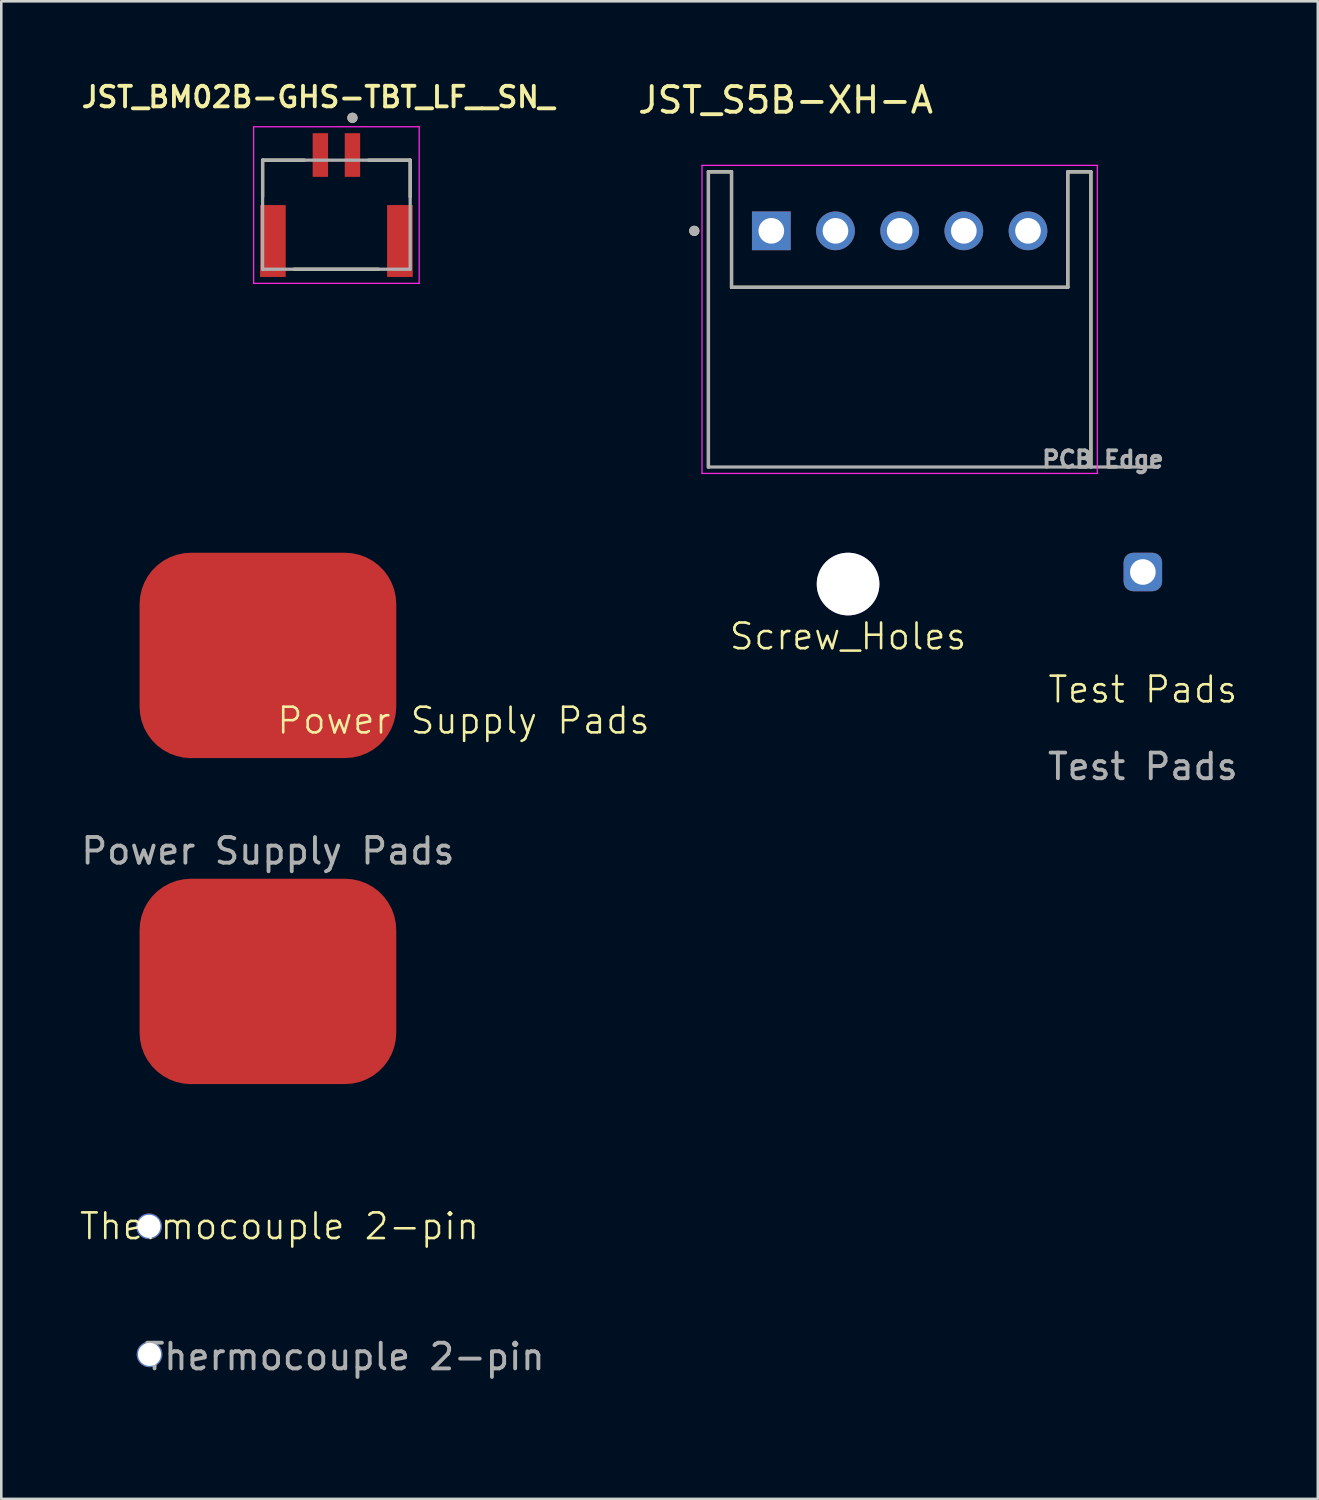
<source format=kicad_pcb>
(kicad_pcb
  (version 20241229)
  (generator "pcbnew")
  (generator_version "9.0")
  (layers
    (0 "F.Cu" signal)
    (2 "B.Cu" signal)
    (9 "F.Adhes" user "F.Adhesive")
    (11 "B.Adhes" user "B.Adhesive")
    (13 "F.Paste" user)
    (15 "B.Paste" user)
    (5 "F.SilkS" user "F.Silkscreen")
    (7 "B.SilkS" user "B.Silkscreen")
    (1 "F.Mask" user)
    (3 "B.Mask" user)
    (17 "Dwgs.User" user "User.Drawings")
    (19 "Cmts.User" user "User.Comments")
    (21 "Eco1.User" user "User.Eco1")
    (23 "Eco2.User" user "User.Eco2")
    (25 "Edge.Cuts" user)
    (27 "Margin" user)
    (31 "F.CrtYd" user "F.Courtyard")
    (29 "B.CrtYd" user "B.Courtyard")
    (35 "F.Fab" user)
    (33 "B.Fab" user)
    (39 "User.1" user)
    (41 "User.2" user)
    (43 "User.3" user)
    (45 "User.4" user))
  (footprint "JST_S5B-XH-A"
    (layer "F.Cu")
    (at 31.998 11.643)
    (property "Reference" "JST_S5B-XH-A" (at -4.445 -10.795 0) (layer "F.SilkS") (effects (font (size 1 1) (thickness 0.15))))
    (attr through_hole)
    (fp_line (start -7.45 -8) (end -7.45 3.5) (stroke (width 0.127) (type solid)) (layer "F.SilkS"))
    (fp_line (start -6.55 -8) (end -7.45 -8) (stroke (width 0.127) (type solid)) (layer "F.SilkS"))
    (fp_line (start -6.55 -3.5) (end -6.55 -8) (stroke (width 0.127) (type solid)) (layer "F.SilkS"))
    (fp_line (start 6.55 -8) (end 6.55 -3.5) (stroke (width 0.127) (type solid)) (layer "F.SilkS"))
    (fp_line (start 6.55 -3.5) (end -6.55 -3.5) (stroke (width 0.127) (type solid)) (layer "F.SilkS"))
    (fp_line (start 7.45 -8) (end 6.55 -8) (stroke (width 0.127) (type solid)) (layer "F.SilkS"))
    (fp_line (start 7.45 3.5) (end 7.45 -8) (stroke (width 0.127) (type solid)) (layer "F.SilkS"))
    (fp_circle (center -8 -5.7) (end -7.9 -5.7) (stroke (width 0.2) (type solid)) (fill no) (layer "F.SilkS"))
    (fp_line (start -7.7 -8.25) (end -7.7 3.75) (stroke (width 0.05) (type solid)) (layer "F.CrtYd"))
    (fp_line (start -7.7 3.75) (end 7.7 3.75) (stroke (width 0.05) (type solid)) (layer "F.CrtYd"))
    (fp_line (start 7.7 -8.25) (end -7.7 -8.25) (stroke (width 0.05) (type solid)) (layer "F.CrtYd"))
    (fp_line (start 7.7 3.75) (end 7.7 -8.25) (stroke (width 0.05) (type solid)) (layer "F.CrtYd"))
    (fp_line (start -7.45 -8) (end -7.45 3.5) (stroke (width 0.127) (type solid)) (layer "F.Fab"))
    (fp_line (start -7.45 3.5) (end 7.45 3.5) (stroke (width 0.127) (type solid)) (layer "F.Fab"))
    (fp_line (start -6.55 -8) (end -7.45 -8) (stroke (width 0.127) (type solid)) (layer "F.Fab"))
    (fp_line (start -6.55 -3.5) (end -6.55 -8) (stroke (width 0.127) (type solid)) (layer "F.Fab"))
    (fp_line (start 6.55 -8) (end 6.55 -3.5) (stroke (width 0.127) (type solid)) (layer "F.Fab"))
    (fp_line (start 6.55 -3.5) (end -6.55 -3.5) (stroke (width 0.127) (type solid)) (layer "F.Fab"))
    (fp_line (start 7.45 -8) (end 6.55 -8) (stroke (width 0.127) (type solid)) (layer "F.Fab"))
    (fp_line (start 7.45 3.5) (end 7.45 -8) (stroke (width 0.127) (type solid)) (layer "F.Fab"))
    (fp_line (start 7.45 3.5) (end 10.07 3.5) (stroke (width 0.127) (type solid)) (layer "F.Fab"))
    (fp_circle (center -8 -5.7) (end -7.9 -5.7) (stroke (width 0.2) (type solid)) (fill no) (layer "F.Fab"))
    (fp_text user "PCB Edge" (at 7.918 3.203 0) (layer "F.Fab") (effects (font (size 0.64 0.64) (thickness 0.15))))
    (pad "1" thru_hole rect (at -5 -5.7) (size 1.508 1.508) (drill 1) (layers "*.Cu" "*.Mask"))
    (pad "2" thru_hole circle (at -2.5 -5.7) (size 1.508 1.508) (drill 1) (layers "*.Cu" "*.Mask"))
    (pad "3" thru_hole circle (at 0 -5.7) (size 1.508 1.508) (drill 1) (layers "*.Cu" "*.Mask"))
    (pad "4" thru_hole circle (at 2.5 -5.7) (size 1.508 1.508) (drill 1) (layers "*.Cu" "*.Mask"))
    (pad "5" thru_hole circle (at 5 -5.7) (size 1.508 1.508) (drill 1) (layers "*.Cu" "*.Mask")))
  (footprint "Power Supply Pads"
    (layer "F.Cu")
    (at 7.387 25.023)
    (property "Reference" "Power Supply Pads" (at 7.62 0 0) (unlocked yes) (layer "F.SilkS") (effects (font (size 1 1) (thickness 0.1))))
    (attr smd)
    (fp_text user "${REFERENCE}" (at 0 5.08 0) (unlocked yes) (layer "F.Fab") (effects (font (size 1 1) (thickness 0.15))))
    (pad "1" smd roundrect (at 0 -2.54) (size 10 8) (layers "F.Cu" "F.Mask" "F.Paste") (roundrect_rratio 0.25))
    (pad "2" smd roundrect (at 0 10.16) (size 10 8) (layers "F.Cu" "F.Mask" "F.Paste") (roundrect_rratio 0.25)))
  (footprint "Thermocouple 2-pin"
    (layer "F.Cu")
    (at 2.756 49.803)
    (property "Reference" "Thermocouple 2-pin" (at 5.08 -5.08 0) (unlocked yes) (layer "F.SilkS") (effects (font (size 1 1) (thickness 0.1))))
    (attr smd)
    (fp_text user "${REFERENCE}" (at 7.62 0 0) (unlocked yes) (layer "F.Fab") (effects (font (size 1 1) (thickness 0.15))))
    (pad "1" thru_hole circle (at 0 -5.08) (size 1 1) (drill 0.9) (layers "*.Cu" "*.Mask"))
    (pad "2" thru_hole circle (at 0.019 -0.09) (size 1 1) (drill 0.9) (layers "*.Cu" "*.Mask"))
    (zone (net_name "") (layer "F.SilkS") (name "Shadow") (hatch edge 0.5) (connect_pads) (min_thickness 0.25) (filled_areas_thickness no) (keepout (tracks not_allowed) (vias not_allowed) (pads not_allowed) (copperpour allowed) (footprints allowed)) (placement (enabled no)) (fill) (polygon (pts (xy 5.296 52.343) (xy 5.296 42.183) (xy 0.216 42.183) (xy 0.216 52.343)))))
  (footprint "Screw_Holes"
    (layer "F.Cu")
    (at 29.988 22.243)
    (property "Reference" "Screw_Holes" (at 0 -0.5 0) (unlocked yes) (layer "F.SilkS") (effects (font (size 1 1) (thickness 0.1))))
    (attr through_hole)
    (pad "1" thru_hole circle (at 0 -2.54) (size 2.44 2.44) (drill 2.44) (layers "*.Cu" "*.Mask")))
  (footprint "Test Pads"
    (layer "F.Cu")
    (at 41.472 24.313)
    (property "Reference" "Test Pads" (at 0 -0.5 0) (unlocked yes) (layer "F.SilkS") (effects (font (size 1 1) (thickness 0.1))))
    (attr smd)
    (fp_text user "${REFERENCE}" (at 0 2.5 0) (unlocked yes) (layer "F.Fab") (effects (font (size 1 1) (thickness 0.15))))
    (pad "1" thru_hole roundrect (at 0 -5.08) (size 1.5 1.5) (drill 1) (layers "*.Cu" "*.Mask") (roundrect_rratio 0.25)))
  (footprint "JST_BM02B-GHS-TBT_LF__SN_"
    (layer "F.Cu")
    (at 10.055 6.339)
    (property "Reference" "JST_BM02B-GHS-TBT_LF__SN_" (at -0.71 -5.608 0) (layer "F.SilkS") (effects (font (size 0.8 0.8) (thickness 0.15))))
    (attr smd)
    (fp_line (start -2.875 -3.15) (end -1.25 -3.15) (stroke (width 0.127) (type solid)) (layer "F.SilkS"))
    (fp_line (start -2.875 -1.72) (end -2.875 -3.15) (stroke (width 0.127) (type solid)) (layer "F.SilkS"))
    (fp_line (start -1.65 1.1) (end 1.65 1.1) (stroke (width 0.127) (type solid)) (layer "F.SilkS"))
    (fp_line (start 1.25 -3.15) (end 2.875 -3.15) (stroke (width 0.127) (type solid)) (layer "F.SilkS"))
    (fp_line (start 2.875 -1.72) (end 2.875 -3.15) (stroke (width 0.127) (type solid)) (layer "F.SilkS"))
    (fp_circle (center 0.625 -4.8) (end 0.725 -4.8) (stroke (width 0.2) (type solid)) (fill no) (layer "F.SilkS"))
    (fp_line (start -3.225 -4.45) (end 3.225 -4.45) (stroke (width 0.05) (type solid)) (layer "F.CrtYd"))
    (fp_line (start -3.225 1.65) (end -3.225 -4.45) (stroke (width 0.05) (type solid)) (layer "F.CrtYd"))
    (fp_line (start 3.225 -4.45) (end 3.225 1.65) (stroke (width 0.05) (type solid)) (layer "F.CrtYd"))
    (fp_line (start 3.225 1.65) (end -3.225 1.65) (stroke (width 0.05) (type solid)) (layer "F.CrtYd"))
    (fp_line (start -2.875 -3.15) (end 2.875 -3.15) (stroke (width 0.127) (type solid)) (layer "F.Fab"))
    (fp_line (start -2.875 1.1) (end -2.875 -3.15) (stroke (width 0.127) (type solid)) (layer "F.Fab"))
    (fp_line (start 2.875 -3.15) (end 2.875 1.1) (stroke (width 0.127) (type solid)) (layer "F.Fab"))
    (fp_line (start 2.875 1.1) (end -2.875 1.1) (stroke (width 0.127) (type solid)) (layer "F.Fab"))
    (fp_circle (center 0.625 -4.8) (end 0.725 -4.8) (stroke (width 0.2) (type solid)) (fill no) (layer "F.Fab"))
    (pad "1" smd rect (at 0.625 -3.35) (size 0.6 1.7) (layers "F.Cu" "F.Mask" "F.Paste"))
    (pad "2" smd rect (at -0.625 -3.35) (size 0.6 1.7) (layers "F.Cu" "F.Mask" "F.Paste"))
    (pad "P1" smd rect (at -2.475 0) (size 1 2.8) (layers "F.Cu" "F.Mask" "F.Paste"))
    (pad "P2" smd rect (at 2.475 0) (size 1 2.8) (layers "F.Cu" "F.Mask" "F.Paste")))
  (gr_rect
    (start -3 -3)
    (end 48.288 55.343)
    (stroke (width 0.1) (type default))
    (fill no)
    (layer "Edge.Cuts")))
</source>
